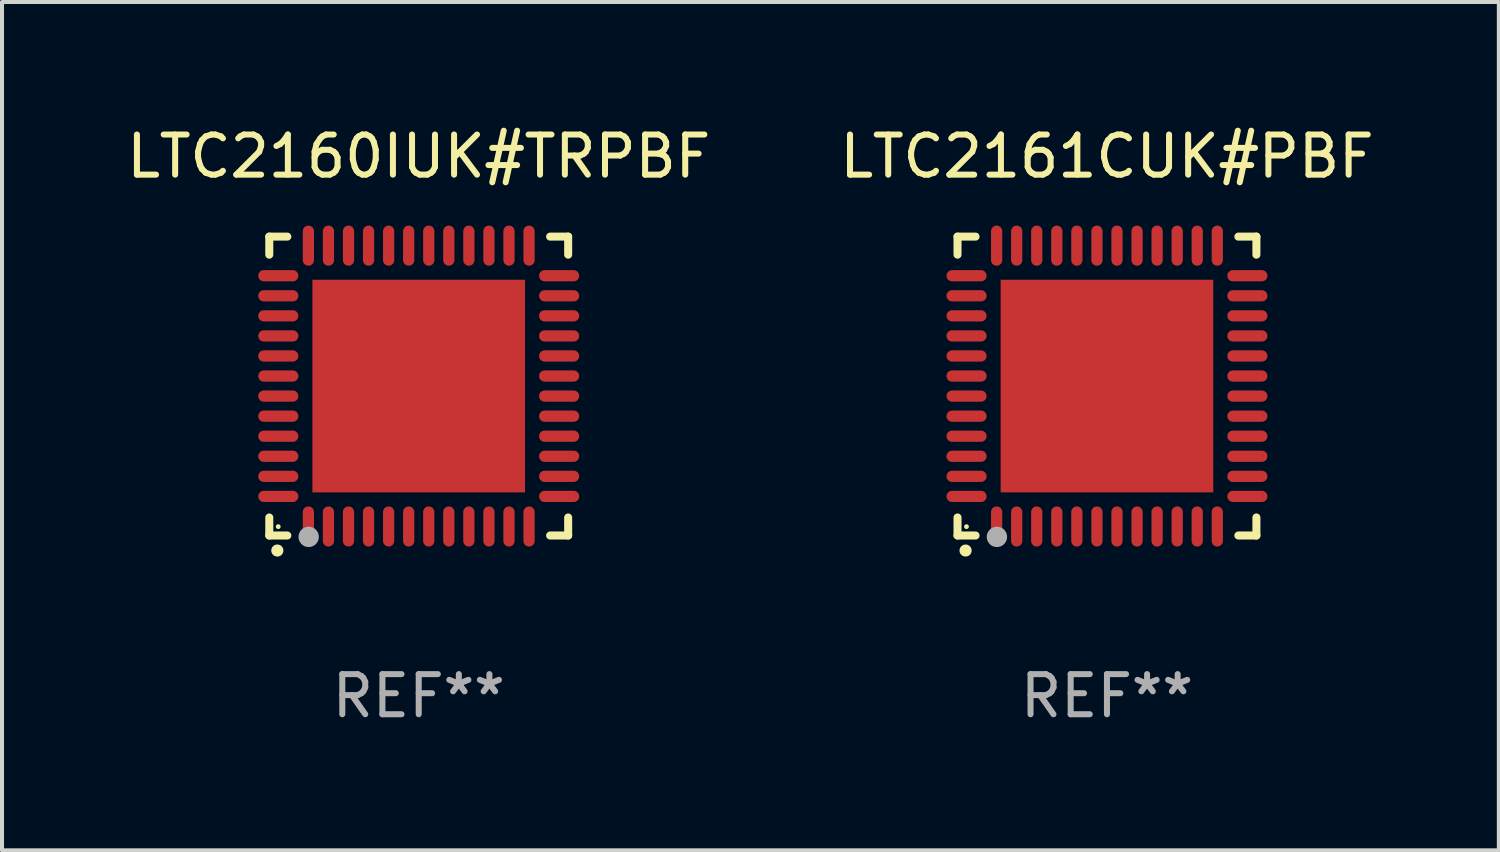
<source format=kicad_pcb>
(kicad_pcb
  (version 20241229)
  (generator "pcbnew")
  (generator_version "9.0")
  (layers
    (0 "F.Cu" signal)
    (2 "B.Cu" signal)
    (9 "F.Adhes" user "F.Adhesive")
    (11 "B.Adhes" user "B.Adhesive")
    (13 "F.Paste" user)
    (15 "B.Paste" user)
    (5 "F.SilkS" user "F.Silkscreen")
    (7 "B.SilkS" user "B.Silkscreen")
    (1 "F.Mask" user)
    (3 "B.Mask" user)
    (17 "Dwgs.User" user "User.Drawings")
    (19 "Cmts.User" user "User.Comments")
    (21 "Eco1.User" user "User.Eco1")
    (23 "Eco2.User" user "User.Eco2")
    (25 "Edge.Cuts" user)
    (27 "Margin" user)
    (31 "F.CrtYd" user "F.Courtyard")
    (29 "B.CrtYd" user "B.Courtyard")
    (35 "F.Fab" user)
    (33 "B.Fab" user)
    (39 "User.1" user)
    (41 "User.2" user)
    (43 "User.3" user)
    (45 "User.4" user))
  (footprint "LTC2160IUK#TRPBF"
    (layer "F.Cu")
    (at 7.387 6.573)
    (property "Reference" "LTC2160IUK#TRPBF" (at 0 -5.725 0) (layer "F.SilkS") (effects (font (size 1 1) (thickness 0.15))))
    (attr through_hole)
    (fp_line (start -3.725 -3.725) (end -3.275 -3.725) (stroke (width 0.2) (type solid)) (layer "F.SilkS"))
    (fp_line (start -3.725 -3.275) (end -3.725 -3.725) (stroke (width 0.2) (type solid)) (layer "F.SilkS"))
    (fp_line (start -3.725 3.725) (end -3.725 3.275) (stroke (width 0.2) (type solid)) (layer "F.SilkS"))
    (fp_line (start -3.275 3.725) (end -3.725 3.725) (stroke (width 0.2) (type solid)) (layer "F.SilkS"))
    (fp_line (start 3.275 3.725) (end 3.725 3.725) (stroke (width 0.2) (type solid)) (layer "F.SilkS"))
    (fp_line (start 3.725 -3.725) (end 3.275 -3.725) (stroke (width 0.2) (type solid)) (layer "F.SilkS"))
    (fp_line (start 3.725 -3.275) (end 3.725 -3.725) (stroke (width 0.2) (type solid)) (layer "F.SilkS"))
    (fp_line (start 3.725 3.725) (end 3.725 3.275) (stroke (width 0.2) (type solid)) (layer "F.SilkS"))
    (fp_arc (start -3.525527 4.099568) (mid -3.524257 4.099563) (end -3.522987 4.099568) (stroke (width 0.3) (type solid)) (layer "F.SilkS"))
    (fp_circle (center -3.502 3.504) (end -3.472 3.504) (stroke (width 0.06) (type solid)) (fill no) (layer "F.SilkS"))
    (fp_circle (center -2.743 3.759) (end -2.616 3.759) (stroke (width 0.254) (type solid)) (fill no) (layer "F.Fab"))
    (fp_text user "REF**" (at 0 7.725 0) (layer "F.Fab") (effects (font (size 1 1) (thickness 0.15))))
    (pad "1" smd oval (at -2.75 3.5) (size 0.28 1) (layers "F.Cu" "F.Mask" "F.Paste"))
    (pad "2" smd oval (at -2.25 3.5) (size 0.28 1) (layers "F.Cu" "F.Mask" "F.Paste"))
    (pad "3" smd oval (at -1.75 3.5) (size 0.28 1) (layers "F.Cu" "F.Mask" "F.Paste"))
    (pad "4" smd oval (at -1.25 3.5) (size 0.28 1) (layers "F.Cu" "F.Mask" "F.Paste"))
    (pad "5" smd oval (at -0.75 3.5) (size 0.28 1) (layers "F.Cu" "F.Mask" "F.Paste"))
    (pad "6" smd oval (at -0.25 3.5) (size 0.28 1) (layers "F.Cu" "F.Mask" "F.Paste"))
    (pad "7" smd oval (at 0.25 3.5) (size 0.28 1) (layers "F.Cu" "F.Mask" "F.Paste"))
    (pad "8" smd oval (at 0.75 3.5) (size 0.28 1) (layers "F.Cu" "F.Mask" "F.Paste"))
    (pad "9" smd oval (at 1.25 3.5) (size 0.28 1) (layers "F.Cu" "F.Mask" "F.Paste"))
    (pad "10" smd oval (at 1.75 3.5) (size 0.28 1) (layers "F.Cu" "F.Mask" "F.Paste"))
    (pad "11" smd oval (at 2.25 3.5) (size 0.28 1) (layers "F.Cu" "F.Mask" "F.Paste"))
    (pad "12" smd oval (at 2.75 3.5) (size 0.28 1) (layers "F.Cu" "F.Mask" "F.Paste"))
    (pad "13" smd oval (at 3.5 2.75) (size 1 0.28) (layers "F.Cu" "F.Mask" "F.Paste"))
    (pad "14" smd oval (at 3.5 2.25) (size 1 0.28) (layers "F.Cu" "F.Mask" "F.Paste"))
    (pad "15" smd oval (at 3.5 1.75) (size 1 0.28) (layers "F.Cu" "F.Mask" "F.Paste"))
    (pad "16" smd oval (at 3.5 1.25) (size 1 0.28) (layers "F.Cu" "F.Mask" "F.Paste"))
    (pad "17" smd oval (at 3.5 0.75) (size 1 0.28) (layers "F.Cu" "F.Mask" "F.Paste"))
    (pad "18" smd oval (at 3.5 0.25) (size 1 0.28) (layers "F.Cu" "F.Mask" "F.Paste"))
    (pad "19" smd oval (at 3.5 -0.25) (size 1 0.28) (layers "F.Cu" "F.Mask" "F.Paste"))
    (pad "20" smd oval (at 3.5 -0.75) (size 1 0.28) (layers "F.Cu" "F.Mask" "F.Paste"))
    (pad "21" smd oval (at 3.5 -1.25) (size 1 0.28) (layers "F.Cu" "F.Mask" "F.Paste"))
    (pad "22" smd oval (at 3.5 -1.75) (size 1 0.28) (layers "F.Cu" "F.Mask" "F.Paste"))
    (pad "23" smd oval (at 3.5 -2.25) (size 1 0.28) (layers "F.Cu" "F.Mask" "F.Paste"))
    (pad "24" smd oval (at 3.5 -2.75) (size 1 0.28) (layers "F.Cu" "F.Mask" "F.Paste"))
    (pad "25" smd oval (at 2.75 -3.5) (size 0.28 1) (layers "F.Cu" "F.Mask" "F.Paste"))
    (pad "26" smd oval (at 2.25 -3.5) (size 0.28 1) (layers "F.Cu" "F.Mask" "F.Paste"))
    (pad "27" smd oval (at 1.75 -3.5) (size 0.28 1) (layers "F.Cu" "F.Mask" "F.Paste"))
    (pad "28" smd oval (at 1.25 -3.5) (size 0.28 1) (layers "F.Cu" "F.Mask" "F.Paste"))
    (pad "29" smd oval (at 0.75 -3.5) (size 0.28 1) (layers "F.Cu" "F.Mask" "F.Paste"))
    (pad "30" smd oval (at 0.25 -3.5) (size 0.28 1) (layers "F.Cu" "F.Mask" "F.Paste"))
    (pad "31" smd oval (at -0.25 -3.5) (size 0.28 1) (layers "F.Cu" "F.Mask" "F.Paste"))
    (pad "32" smd oval (at -0.75 -3.5) (size 0.28 1) (layers "F.Cu" "F.Mask" "F.Paste"))
    (pad "33" smd oval (at -1.25 -3.5) (size 0.28 1) (layers "F.Cu" "F.Mask" "F.Paste"))
    (pad "34" smd oval (at -1.75 -3.5) (size 0.28 1) (layers "F.Cu" "F.Mask" "F.Paste"))
    (pad "35" smd oval (at -2.25 -3.5) (size 0.28 1) (layers "F.Cu" "F.Mask" "F.Paste"))
    (pad "36" smd oval (at -2.75 -3.5) (size 0.28 1) (layers "F.Cu" "F.Mask" "F.Paste"))
    (pad "37" smd oval (at -3.5 -2.75) (size 1 0.28) (layers "F.Cu" "F.Mask" "F.Paste"))
    (pad "38" smd oval (at -3.5 -2.25) (size 1 0.28) (layers "F.Cu" "F.Mask" "F.Paste"))
    (pad "39" smd oval (at -3.5 -1.75) (size 1 0.28) (layers "F.Cu" "F.Mask" "F.Paste"))
    (pad "40" smd oval (at -3.5 -1.25) (size 1 0.28) (layers "F.Cu" "F.Mask" "F.Paste"))
    (pad "41" smd oval (at -3.5 -0.75) (size 1 0.28) (layers "F.Cu" "F.Mask" "F.Paste"))
    (pad "42" smd oval (at -3.5 -0.25) (size 1 0.28) (layers "F.Cu" "F.Mask" "F.Paste"))
    (pad "43" smd oval (at -3.5 0.25) (size 1 0.28) (layers "F.Cu" "F.Mask" "F.Paste"))
    (pad "44" smd oval (at -3.5 0.75) (size 1 0.28) (layers "F.Cu" "F.Mask" "F.Paste"))
    (pad "45" smd oval (at -3.5 1.25) (size 1 0.28) (layers "F.Cu" "F.Mask" "F.Paste"))
    (pad "46" smd oval (at -3.5 1.75) (size 1 0.28) (layers "F.Cu" "F.Mask" "F.Paste"))
    (pad "47" smd oval (at -3.5 2.25) (size 1 0.28) (layers "F.Cu" "F.Mask" "F.Paste"))
    (pad "48" smd oval (at -3.5 2.75) (size 1 0.28) (layers "F.Cu" "F.Mask" "F.Paste"))
    (pad "49" smd rect (at 0 0) (size 5.3 5.3) (layers "F.Cu" "F.Mask" "F.Paste")))
  (footprint "LTC2161CUK#PBF"
    (layer "F.Cu")
    (at 24.542 6.573)
    (property "Reference" "LTC2161CUK#PBF" (at 0 -5.725 0) (layer "F.SilkS") (effects (font (size 1 1) (thickness 0.15))))
    (attr through_hole)
    (fp_line (start -3.725 -3.725) (end -3.275 -3.725) (stroke (width 0.2) (type solid)) (layer "F.SilkS"))
    (fp_line (start -3.725 -3.275) (end -3.725 -3.725) (stroke (width 0.2) (type solid)) (layer "F.SilkS"))
    (fp_line (start -3.725 3.725) (end -3.725 3.275) (stroke (width 0.2) (type solid)) (layer "F.SilkS"))
    (fp_line (start -3.275 3.725) (end -3.725 3.725) (stroke (width 0.2) (type solid)) (layer "F.SilkS"))
    (fp_line (start 3.275 3.725) (end 3.725 3.725) (stroke (width 0.2) (type solid)) (layer "F.SilkS"))
    (fp_line (start 3.725 -3.725) (end 3.275 -3.725) (stroke (width 0.2) (type solid)) (layer "F.SilkS"))
    (fp_line (start 3.725 -3.275) (end 3.725 -3.725) (stroke (width 0.2) (type solid)) (layer "F.SilkS"))
    (fp_line (start 3.725 3.725) (end 3.725 3.275) (stroke (width 0.2) (type solid)) (layer "F.SilkS"))
    (fp_arc (start -3.525527 4.099568) (mid -3.524257 4.099563) (end -3.522987 4.099568) (stroke (width 0.3) (type solid)) (layer "F.SilkS"))
    (fp_circle (center -3.502 3.504) (end -3.472 3.504) (stroke (width 0.06) (type solid)) (fill no) (layer "F.SilkS"))
    (fp_circle (center -2.743 3.759) (end -2.616 3.759) (stroke (width 0.254) (type solid)) (fill no) (layer "F.Fab"))
    (fp_text user "REF**" (at 0 7.725 0) (layer "F.Fab") (effects (font (size 1 1) (thickness 0.15))))
    (pad "1" smd oval (at -2.75 3.5) (size 0.28 1) (layers "F.Cu" "F.Mask" "F.Paste"))
    (pad "2" smd oval (at -2.25 3.5) (size 0.28 1) (layers "F.Cu" "F.Mask" "F.Paste"))
    (pad "3" smd oval (at -1.75 3.5) (size 0.28 1) (layers "F.Cu" "F.Mask" "F.Paste"))
    (pad "4" smd oval (at -1.25 3.5) (size 0.28 1) (layers "F.Cu" "F.Mask" "F.Paste"))
    (pad "5" smd oval (at -0.75 3.5) (size 0.28 1) (layers "F.Cu" "F.Mask" "F.Paste"))
    (pad "6" smd oval (at -0.25 3.5) (size 0.28 1) (layers "F.Cu" "F.Mask" "F.Paste"))
    (pad "7" smd oval (at 0.25 3.5) (size 0.28 1) (layers "F.Cu" "F.Mask" "F.Paste"))
    (pad "8" smd oval (at 0.75 3.5) (size 0.28 1) (layers "F.Cu" "F.Mask" "F.Paste"))
    (pad "9" smd oval (at 1.25 3.5) (size 0.28 1) (layers "F.Cu" "F.Mask" "F.Paste"))
    (pad "10" smd oval (at 1.75 3.5) (size 0.28 1) (layers "F.Cu" "F.Mask" "F.Paste"))
    (pad "11" smd oval (at 2.25 3.5) (size 0.28 1) (layers "F.Cu" "F.Mask" "F.Paste"))
    (pad "12" smd oval (at 2.75 3.5) (size 0.28 1) (layers "F.Cu" "F.Mask" "F.Paste"))
    (pad "13" smd oval (at 3.5 2.75) (size 1 0.28) (layers "F.Cu" "F.Mask" "F.Paste"))
    (pad "14" smd oval (at 3.5 2.25) (size 1 0.28) (layers "F.Cu" "F.Mask" "F.Paste"))
    (pad "15" smd oval (at 3.5 1.75) (size 1 0.28) (layers "F.Cu" "F.Mask" "F.Paste"))
    (pad "16" smd oval (at 3.5 1.25) (size 1 0.28) (layers "F.Cu" "F.Mask" "F.Paste"))
    (pad "17" smd oval (at 3.5 0.75) (size 1 0.28) (layers "F.Cu" "F.Mask" "F.Paste"))
    (pad "18" smd oval (at 3.5 0.25) (size 1 0.28) (layers "F.Cu" "F.Mask" "F.Paste"))
    (pad "19" smd oval (at 3.5 -0.25) (size 1 0.28) (layers "F.Cu" "F.Mask" "F.Paste"))
    (pad "20" smd oval (at 3.5 -0.75) (size 1 0.28) (layers "F.Cu" "F.Mask" "F.Paste"))
    (pad "21" smd oval (at 3.5 -1.25) (size 1 0.28) (layers "F.Cu" "F.Mask" "F.Paste"))
    (pad "22" smd oval (at 3.5 -1.75) (size 1 0.28) (layers "F.Cu" "F.Mask" "F.Paste"))
    (pad "23" smd oval (at 3.5 -2.25) (size 1 0.28) (layers "F.Cu" "F.Mask" "F.Paste"))
    (pad "24" smd oval (at 3.5 -2.75) (size 1 0.28) (layers "F.Cu" "F.Mask" "F.Paste"))
    (pad "25" smd oval (at 2.75 -3.5) (size 0.28 1) (layers "F.Cu" "F.Mask" "F.Paste"))
    (pad "26" smd oval (at 2.25 -3.5) (size 0.28 1) (layers "F.Cu" "F.Mask" "F.Paste"))
    (pad "27" smd oval (at 1.75 -3.5) (size 0.28 1) (layers "F.Cu" "F.Mask" "F.Paste"))
    (pad "28" smd oval (at 1.25 -3.5) (size 0.28 1) (layers "F.Cu" "F.Mask" "F.Paste"))
    (pad "29" smd oval (at 0.75 -3.5) (size 0.28 1) (layers "F.Cu" "F.Mask" "F.Paste"))
    (pad "30" smd oval (at 0.25 -3.5) (size 0.28 1) (layers "F.Cu" "F.Mask" "F.Paste"))
    (pad "31" smd oval (at -0.25 -3.5) (size 0.28 1) (layers "F.Cu" "F.Mask" "F.Paste"))
    (pad "32" smd oval (at -0.75 -3.5) (size 0.28 1) (layers "F.Cu" "F.Mask" "F.Paste"))
    (pad "33" smd oval (at -1.25 -3.5) (size 0.28 1) (layers "F.Cu" "F.Mask" "F.Paste"))
    (pad "34" smd oval (at -1.75 -3.5) (size 0.28 1) (layers "F.Cu" "F.Mask" "F.Paste"))
    (pad "35" smd oval (at -2.25 -3.5) (size 0.28 1) (layers "F.Cu" "F.Mask" "F.Paste"))
    (pad "36" smd oval (at -2.75 -3.5) (size 0.28 1) (layers "F.Cu" "F.Mask" "F.Paste"))
    (pad "37" smd oval (at -3.5 -2.75) (size 1 0.28) (layers "F.Cu" "F.Mask" "F.Paste"))
    (pad "38" smd oval (at -3.5 -2.25) (size 1 0.28) (layers "F.Cu" "F.Mask" "F.Paste"))
    (pad "39" smd oval (at -3.5 -1.75) (size 1 0.28) (layers "F.Cu" "F.Mask" "F.Paste"))
    (pad "40" smd oval (at -3.5 -1.25) (size 1 0.28) (layers "F.Cu" "F.Mask" "F.Paste"))
    (pad "41" smd oval (at -3.5 -0.75) (size 1 0.28) (layers "F.Cu" "F.Mask" "F.Paste"))
    (pad "42" smd oval (at -3.5 -0.25) (size 1 0.28) (layers "F.Cu" "F.Mask" "F.Paste"))
    (pad "43" smd oval (at -3.5 0.25) (size 1 0.28) (layers "F.Cu" "F.Mask" "F.Paste"))
    (pad "44" smd oval (at -3.5 0.75) (size 1 0.28) (layers "F.Cu" "F.Mask" "F.Paste"))
    (pad "45" smd oval (at -3.5 1.25) (size 1 0.28) (layers "F.Cu" "F.Mask" "F.Paste"))
    (pad "46" smd oval (at -3.5 1.75) (size 1 0.28) (layers "F.Cu" "F.Mask" "F.Paste"))
    (pad "47" smd oval (at -3.5 2.25) (size 1 0.28) (layers "F.Cu" "F.Mask" "F.Paste"))
    (pad "48" smd oval (at -3.5 2.75) (size 1 0.28) (layers "F.Cu" "F.Mask" "F.Paste"))
    (pad "49" smd rect (at 0 0) (size 5.3 5.3) (layers "F.Cu" "F.Mask" "F.Paste")))
  (gr_rect
    (start -3 -3)
    (end 34.31 18.146)
    (stroke (width 0.1) (type default))
    (fill no)
    (layer "Edge.Cuts")))
</source>
